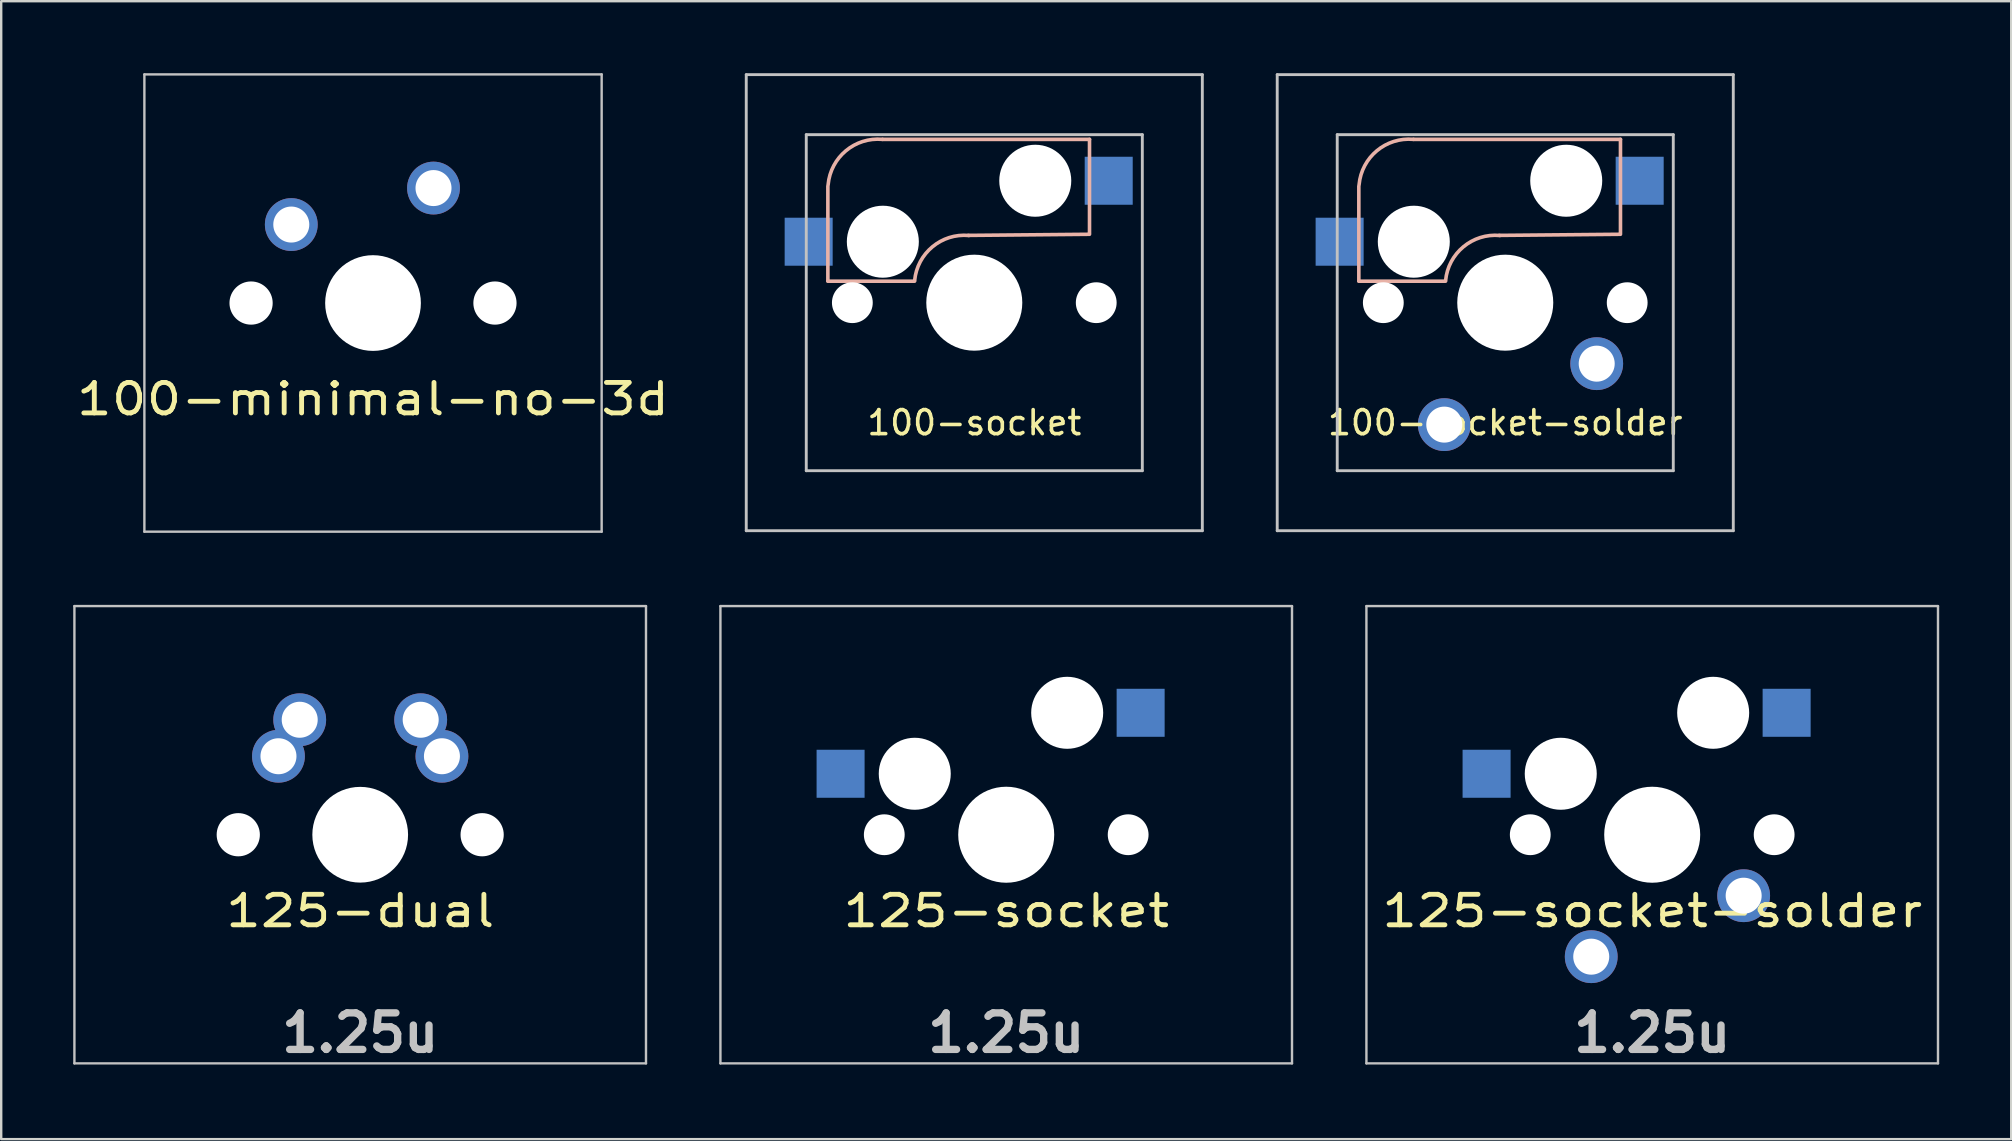
<source format=kicad_pcb>
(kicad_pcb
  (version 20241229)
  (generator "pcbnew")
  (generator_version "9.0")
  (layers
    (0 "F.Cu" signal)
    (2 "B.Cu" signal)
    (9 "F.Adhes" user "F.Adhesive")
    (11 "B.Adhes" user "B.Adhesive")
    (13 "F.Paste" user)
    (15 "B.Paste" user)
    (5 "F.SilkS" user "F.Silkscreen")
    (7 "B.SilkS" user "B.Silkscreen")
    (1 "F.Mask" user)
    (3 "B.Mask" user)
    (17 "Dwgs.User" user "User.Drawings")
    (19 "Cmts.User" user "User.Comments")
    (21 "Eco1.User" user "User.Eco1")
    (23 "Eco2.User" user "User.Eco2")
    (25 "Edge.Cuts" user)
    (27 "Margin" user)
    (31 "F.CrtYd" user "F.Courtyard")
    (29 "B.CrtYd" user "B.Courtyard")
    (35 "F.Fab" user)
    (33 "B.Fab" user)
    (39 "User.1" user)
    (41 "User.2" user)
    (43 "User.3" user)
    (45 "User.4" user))
  (footprint "125-dual"
    (layer "F.Cu")
    (at 11.956 31.725)
    (property "Reference" "125-dual" (at 0 3.175 0) (layer "F.SilkS") (effects (font (size 1.27 1.524) (thickness 0.203))))
    (attr through_hole)
    (fp_line (start -11.906 -9.525) (end 11.906 -9.525) (stroke (width 0.1) (type solid)) (layer "Dwgs.User"))
    (fp_line (start -11.906 9.525) (end -11.906 -9.525) (stroke (width 0.1) (type solid)) (layer "Dwgs.User"))
    (fp_line (start 11.906 -9.525) (end 11.906 9.525) (stroke (width 0.1) (type solid)) (layer "Dwgs.User"))
    (fp_line (start 11.906 9.525) (end -11.906 9.525) (stroke (width 0.1) (type solid)) (layer "Dwgs.User"))
    (fp_line (start -7 -7) (end 7 -7) (stroke (width 0.1) (type solid)) (layer "Eco2.User"))
    (fp_line (start -7 7) (end -7 -7) (stroke (width 0.1) (type solid)) (layer "Eco2.User"))
    (fp_line (start 7 -7) (end 7 7) (stroke (width 0.1) (type solid)) (layer "Eco2.User"))
    (fp_line (start 7 7) (end -7 7) (stroke (width 0.1) (type solid)) (layer "Eco2.User"))
    (fp_text user "1.25u" (at 0 8.255 0) (layer "Dwgs.User") (effects (font (size 1.524 1.524) (thickness 0.305))))
    (pad "" np_thru_hole circle (at -5.08 0) (size 1.8 1.8) (drill 1.8) (layers "*.Cu"))
    (pad "" np_thru_hole circle (at 0 0) (size 3.988 3.988) (drill 3.988) (layers "*.Cu"))
    (pad "" np_thru_hole circle (at 5.08 0) (size 1.8 1.8) (drill 1.8) (layers "*.Cu"))
    (pad "1" thru_hole circle (at -3.405 -3.27 29) (size 2.2 2.2) (drill 1.5) (layers "*.Cu" "*.Mask"))
    (pad "1" thru_hole circle (at -2.52 -4.79) (size 2.2 2.2) (drill 1.5) (layers "*.Cu" "*.Mask"))
    (pad "2" thru_hole circle (at 2.52 -4.79) (size 2.2 2.2) (drill 1.5) (layers "*.Cu" "*.Mask"))
    (pad "2" thru_hole circle (at 3.405 -3.27 29) (size 2.2 2.2) (drill 1.5) (layers "*.Cu" "*.Mask")))
  (footprint "100-socket"
    (layer "F.Cu")
    (at 37.539 9.56)
    (property "Reference" "100-socket" (at 0 5 0) (layer "F.SilkS") (effects (font (size 1 1) (thickness 0.15))))
    (attr through_hole)
    (fp_line (start -6.1 -4.85) (end -6.1 -0.905) (stroke (width 0.15) (type solid)) (layer "B.SilkS"))
    (fp_line (start -6.1 -0.896) (end -2.49 -0.896) (stroke (width 0.15) (type solid)) (layer "B.SilkS"))
    (fp_line (start 4.8 -6.804) (end -3.825 -6.804) (stroke (width 0.15) (type solid)) (layer "B.SilkS"))
    (fp_line (start 4.8 -2.896) (end 4.8 -6.804) (stroke (width 0.15) (type solid)) (layer "B.SilkS"))
    (fp_line (start 4.8 -2.85) (end -0.25 -2.804) (stroke (width 0.15) (type solid)) (layer "B.SilkS"))
    (fp_arc (start -6.089 -4.92) (mid -5.347189 -6.33089) (end -3.825 -6.804) (stroke (width 0.15) (type solid)) (layer "B.SilkS"))
    (fp_arc (start -2.485 -0.92) (mid -1.744361 -2.328061) (end -0.225 -2.8) (stroke (width 0.15) (type solid)) (layer "B.SilkS"))
    (fp_line (start -9.5 -9.5) (end 9.5 -9.5) (stroke (width 0.12) (type solid)) (layer "Dwgs.User"))
    (fp_line (start -9.5 9.5) (end -9.5 -9.5) (stroke (width 0.12) (type solid)) (layer "Dwgs.User"))
    (fp_line (start -7 -7) (end 7 -7) (stroke (width 0.12) (type solid)) (layer "Dwgs.User"))
    (fp_line (start -7 7) (end -7 -7) (stroke (width 0.12) (type solid)) (layer "Dwgs.User"))
    (fp_line (start 7 -7) (end 7 7) (stroke (width 0.12) (type solid)) (layer "Dwgs.User"))
    (fp_line (start 7 7) (end -7 7) (stroke (width 0.12) (type solid)) (layer "Dwgs.User"))
    (fp_line (start 9.5 -9.5) (end 9.5 9.5) (stroke (width 0.12) (type solid)) (layer "Dwgs.User"))
    (fp_line (start 9.5 9.5) (end -9.5 9.5) (stroke (width 0.12) (type solid)) (layer "Dwgs.User"))
    (pad "" np_thru_hole circle (at -5.08 0) (size 1.7 1.7) (drill 1.7) (layers "*.Cu" "*.Mask"))
    (pad "" np_thru_hole circle (at -3.81 -2.54 180) (size 3 3) (drill 3) (layers "*.Cu" "*.Mask"))
    (pad "" np_thru_hole circle (at 0 0 90) (size 4 4) (drill 4) (layers "*.Cu" "*.Mask"))
    (pad "" np_thru_hole circle (at 2.54 -5.08 180) (size 3 3) (drill 3) (layers "*.Cu" "*.Mask"))
    (pad "" np_thru_hole circle (at 5.08 0) (size 1.7 1.7) (drill 1.7) (layers "*.Cu" "*.Mask"))
    (pad "1" smd rect (at -6.9 -2.54 180) (size 2 2) (layers "B.Cu" "B.Mask" "B.Paste"))
    (pad "2" smd rect (at 5.6 -5.08 180) (size 2 2) (layers "B.Cu" "B.Mask" "B.Paste")))
  (footprint "125-socket"
    (layer "F.Cu")
    (at 38.869 31.725)
    (property "Reference" "125-socket" (at 0 3.175 0) (layer "F.SilkS") (effects (font (size 1.27 1.524) (thickness 0.203))))
    (attr through_hole)
    (fp_line (start -11.906 -9.525) (end 11.906 -9.525) (stroke (width 0.1) (type solid)) (layer "Dwgs.User"))
    (fp_line (start -11.906 9.525) (end -11.906 -9.525) (stroke (width 0.1) (type solid)) (layer "Dwgs.User"))
    (fp_line (start 11.906 -9.525) (end 11.906 9.525) (stroke (width 0.1) (type solid)) (layer "Dwgs.User"))
    (fp_line (start 11.906 9.525) (end -11.906 9.525) (stroke (width 0.1) (type solid)) (layer "Dwgs.User"))
    (fp_line (start -7 -7) (end 7 -7) (stroke (width 0.1) (type solid)) (layer "Eco2.User"))
    (fp_line (start -7 7) (end -7 -7) (stroke (width 0.1) (type solid)) (layer "Eco2.User"))
    (fp_line (start 7 -7) (end 7 7) (stroke (width 0.1) (type solid)) (layer "Eco2.User"))
    (fp_line (start 7 7) (end -7 7) (stroke (width 0.1) (type solid)) (layer "Eco2.User"))
    (fp_text user "1.25u" (at 0 8.255 0) (layer "Dwgs.User") (effects (font (size 1.524 1.524) (thickness 0.305))))
    (pad "" np_thru_hole circle (at -5.08 0) (size 1.7 1.7) (drill 1.7) (layers "*.Cu" "*.Mask"))
    (pad "" np_thru_hole circle (at -3.81 -2.54 180) (size 3 3) (drill 3) (layers "*.Cu" "*.Mask"))
    (pad "" np_thru_hole circle (at 0 0 90) (size 4 4) (drill 4) (layers "*.Cu" "*.Mask"))
    (pad "" np_thru_hole circle (at 2.54 -5.08 180) (size 3 3) (drill 3) (layers "*.Cu" "*.Mask"))
    (pad "" np_thru_hole circle (at 5.08 0) (size 1.7 1.7) (drill 1.7) (layers "*.Cu" "*.Mask"))
    (pad "1" smd rect (at -6.9 -2.54 180) (size 2 2) (layers "B.Cu" "B.Mask" "B.Paste"))
    (pad "2" smd rect (at 5.6 -5.08 180) (size 2 2) (layers "B.Cu" "B.Mask" "B.Paste")))
  (footprint "100-minimal-no-3d"
    (layer "F.Cu")
    (at 12.49 9.575)
    (property "Reference" "100-minimal-no-3d" (at 0 4 0) (layer "F.SilkS") (effects (font (size 1.27 1.524) (thickness 0.203))))
    (attr through_hole)
    (fp_line (start -9.525 -9.525) (end 9.525 -9.525) (stroke (width 0.1) (type solid)) (layer "Dwgs.User"))
    (fp_line (start -9.525 9.525) (end -9.525 -9.525) (stroke (width 0.1) (type solid)) (layer "Dwgs.User"))
    (fp_line (start 9.525 -9.525) (end 9.525 9.525) (stroke (width 0.1) (type solid)) (layer "Dwgs.User"))
    (fp_line (start 9.525 9.525) (end -9.525 9.525) (stroke (width 0.1) (type solid)) (layer "Dwgs.User"))
    (fp_line (start -7 -7) (end 7 -7) (stroke (width 0.12) (type solid)) (layer "Eco2.User"))
    (fp_line (start -7 7) (end -7 -7) (stroke (width 0.12) (type solid)) (layer "Eco2.User"))
    (fp_line (start 7 -7) (end 7 7) (stroke (width 0.12) (type solid)) (layer "Eco2.User"))
    (fp_line (start 7 7) (end -7 7) (stroke (width 0.12) (type solid)) (layer "Eco2.User"))
    (pad "" np_thru_hole circle (at -5.08 0) (size 1.8 1.8) (drill 1.8) (layers "*.Cu" "*.Mask"))
    (pad "" np_thru_hole circle (at 0 0) (size 3.988 3.988) (drill 3.988) (layers "*.Cu" "*.Mask"))
    (pad "" np_thru_hole circle (at 5.08 0) (size 1.8 1.8) (drill 1.8) (layers "*.Cu" "*.Mask"))
    (pad "1" thru_hole circle (at -3.405 -3.27 29) (size 2.2 2.2) (drill 1.5) (layers "*.Cu" "*.Mask"))
    (pad "2" thru_hole circle (at 2.52 -4.79) (size 2.2 2.2) (drill 1.5) (layers "*.Cu" "*.Mask")))
  (footprint "100-socket-solder"
    (layer "F.Cu")
    (at 59.659 9.56)
    (property "Reference" "100-socket-solder" (at 0 5 0) (layer "F.SilkS") (effects (font (size 1 1) (thickness 0.15))))
    (attr through_hole)
    (fp_line (start -6.1 -4.85) (end -6.1 -0.905) (stroke (width 0.15) (type solid)) (layer "B.SilkS"))
    (fp_line (start -6.1 -0.896) (end -2.49 -0.896) (stroke (width 0.15) (type solid)) (layer "B.SilkS"))
    (fp_line (start 4.8 -6.804) (end -3.825 -6.804) (stroke (width 0.15) (type solid)) (layer "B.SilkS"))
    (fp_line (start 4.8 -2.896) (end 4.8 -6.804) (stroke (width 0.15) (type solid)) (layer "B.SilkS"))
    (fp_line (start 4.8 -2.85) (end -0.25 -2.804) (stroke (width 0.15) (type solid)) (layer "B.SilkS"))
    (fp_arc (start -6.089 -4.92) (mid -5.347189 -6.33089) (end -3.825 -6.804) (stroke (width 0.15) (type solid)) (layer "B.SilkS"))
    (fp_arc (start -2.485 -0.92) (mid -1.744361 -2.328061) (end -0.225 -2.8) (stroke (width 0.15) (type solid)) (layer "B.SilkS"))
    (fp_line (start -9.5 -9.5) (end 9.5 -9.5) (stroke (width 0.12) (type solid)) (layer "Dwgs.User"))
    (fp_line (start -9.5 9.5) (end -9.5 -9.5) (stroke (width 0.12) (type solid)) (layer "Dwgs.User"))
    (fp_line (start -7 -7) (end 7 -7) (stroke (width 0.12) (type solid)) (layer "Dwgs.User"))
    (fp_line (start -7 7) (end -7 -7) (stroke (width 0.12) (type solid)) (layer "Dwgs.User"))
    (fp_line (start 7 -7) (end 7 7) (stroke (width 0.12) (type solid)) (layer "Dwgs.User"))
    (fp_line (start 7 7) (end -7 7) (stroke (width 0.12) (type solid)) (layer "Dwgs.User"))
    (fp_line (start 9.5 -9.5) (end 9.5 9.5) (stroke (width 0.12) (type solid)) (layer "Dwgs.User"))
    (fp_line (start 9.5 9.5) (end -9.5 9.5) (stroke (width 0.12) (type solid)) (layer "Dwgs.User"))
    (pad "" np_thru_hole circle (at -5.08 0) (size 1.7 1.7) (drill 1.7) (layers "*.Cu" "*.Mask"))
    (pad "" np_thru_hole circle (at -3.81 -2.54 180) (size 3 3) (drill 3) (layers "*.Cu" "*.Mask"))
    (pad "" np_thru_hole circle (at 0 0 90) (size 4 4) (drill 4) (layers "*.Cu" "*.Mask"))
    (pad "" np_thru_hole circle (at 2.54 -5.08 180) (size 3 3) (drill 3) (layers "*.Cu" "*.Mask"))
    (pad "" np_thru_hole circle (at 5.08 0) (size 1.7 1.7) (drill 1.7) (layers "*.Cu" "*.Mask"))
    (pad "1" smd rect (at -6.9 -2.54 180) (size 2 2) (layers "B.Cu" "B.Mask" "B.Paste"))
    (pad "1" thru_hole circle (at -2.54 5.08 180) (size 2.2 2.2) (drill 1.5) (layers "*.Cu" "*.Mask"))
    (pad "2" thru_hole circle (at 3.81 2.54 180) (size 2.2 2.2) (drill 1.5) (layers "*.Cu" "*.Mask"))
    (pad "2" smd rect (at 5.6 -5.08 180) (size 2 2) (layers "B.Cu" "B.Mask" "B.Paste")))
  (footprint "125-socket-solder"
    (layer "F.Cu")
    (at 65.781 31.725)
    (property "Reference" "125-socket-solder" (at 0 3.175 0) (layer "F.SilkS") (effects (font (size 1.27 1.524) (thickness 0.203))))
    (attr through_hole)
    (fp_line (start -11.906 -9.525) (end 11.906 -9.525) (stroke (width 0.1) (type solid)) (layer "Dwgs.User"))
    (fp_line (start -11.906 9.525) (end -11.906 -9.525) (stroke (width 0.1) (type solid)) (layer "Dwgs.User"))
    (fp_line (start 11.906 -9.525) (end 11.906 9.525) (stroke (width 0.1) (type solid)) (layer "Dwgs.User"))
    (fp_line (start 11.906 9.525) (end -11.906 9.525) (stroke (width 0.1) (type solid)) (layer "Dwgs.User"))
    (fp_line (start -7 -7) (end 7 -7) (stroke (width 0.1) (type solid)) (layer "Eco2.User"))
    (fp_line (start -7 7) (end -7 -7) (stroke (width 0.1) (type solid)) (layer "Eco2.User"))
    (fp_line (start 7 -7) (end 7 7) (stroke (width 0.1) (type solid)) (layer "Eco2.User"))
    (fp_line (start 7 7) (end -7 7) (stroke (width 0.1) (type solid)) (layer "Eco2.User"))
    (fp_text user "1.25u" (at 0 8.255 0) (layer "Dwgs.User") (effects (font (size 1.524 1.524) (thickness 0.305))))
    (pad "" np_thru_hole circle (at -5.08 0) (size 1.7 1.7) (drill 1.7) (layers "*.Cu" "*.Mask"))
    (pad "" np_thru_hole circle (at -3.81 -2.54 180) (size 3 3) (drill 3) (layers "*.Cu" "*.Mask"))
    (pad "" thru_hole circle (at -2.54 5.08 180) (size 2.2 2.2) (drill 1.5) (layers "*.Cu" "*.Mask"))
    (pad "" np_thru_hole circle (at 0 0 90) (size 4 4) (drill 4) (layers "*.Cu" "*.Mask"))
    (pad "" np_thru_hole circle (at 2.54 -5.08 180) (size 3 3) (drill 3) (layers "*.Cu" "*.Mask"))
    (pad "" thru_hole circle (at 3.81 2.54 180) (size 2.2 2.2) (drill 1.5) (layers "*.Cu" "*.Mask"))
    (pad "" np_thru_hole circle (at 5.08 0) (size 1.7 1.7) (drill 1.7) (layers "*.Cu" "*.Mask"))
    (pad "1" smd rect (at -6.9 -2.54 180) (size 2 2) (layers "B.Cu" "B.Mask" "B.Paste"))
    (pad "2" smd rect (at 5.6 -5.08 180) (size 2 2) (layers "B.Cu" "B.Mask" "B.Paste")))
  (gr_rect
    (start -3 -3)
    (end 80.737 44.406)
    (stroke (width 0.1) (type default))
    (fill no)
    (layer "Edge.Cuts")))
</source>
